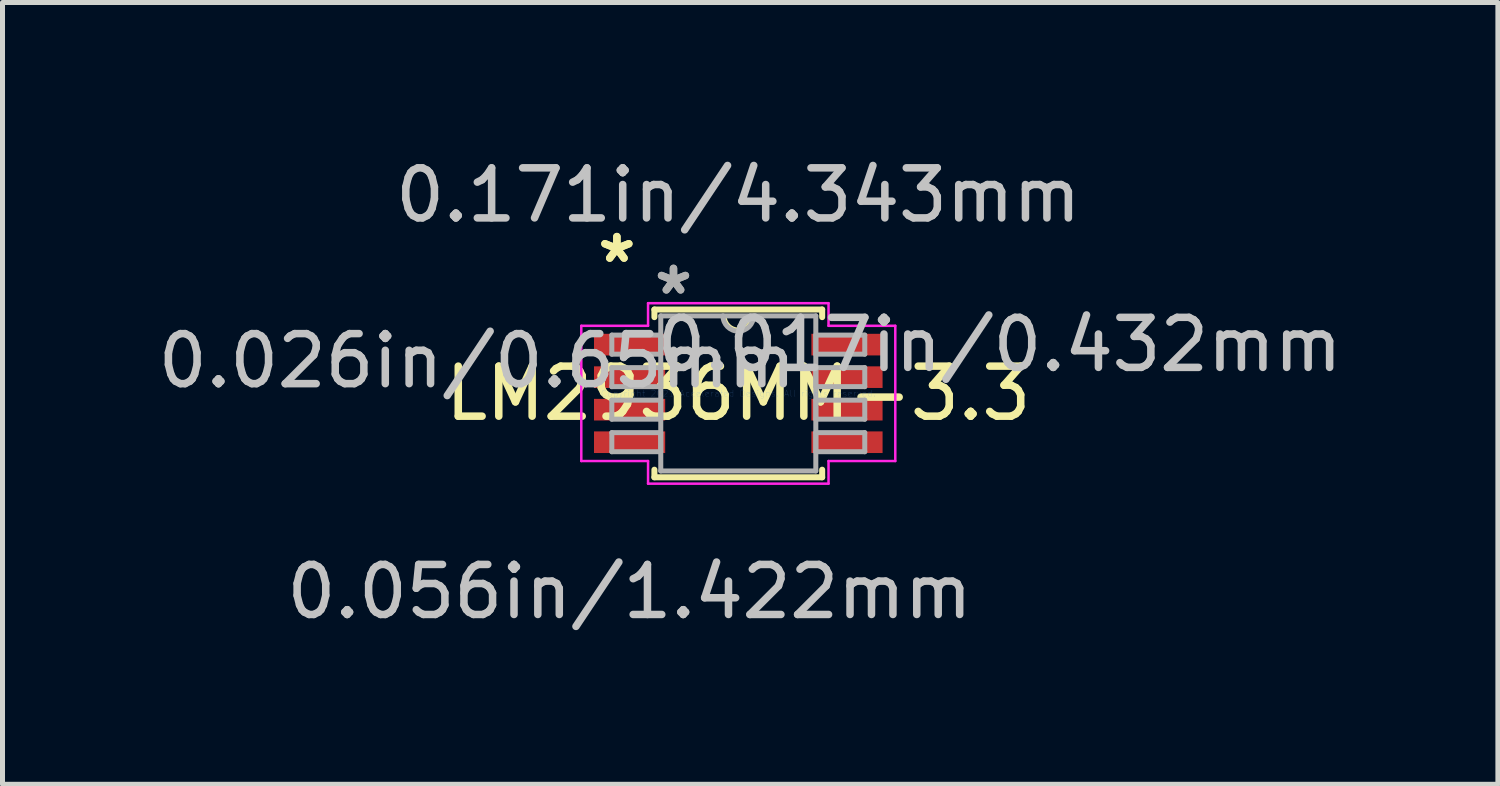
<source format=kicad_pcb>
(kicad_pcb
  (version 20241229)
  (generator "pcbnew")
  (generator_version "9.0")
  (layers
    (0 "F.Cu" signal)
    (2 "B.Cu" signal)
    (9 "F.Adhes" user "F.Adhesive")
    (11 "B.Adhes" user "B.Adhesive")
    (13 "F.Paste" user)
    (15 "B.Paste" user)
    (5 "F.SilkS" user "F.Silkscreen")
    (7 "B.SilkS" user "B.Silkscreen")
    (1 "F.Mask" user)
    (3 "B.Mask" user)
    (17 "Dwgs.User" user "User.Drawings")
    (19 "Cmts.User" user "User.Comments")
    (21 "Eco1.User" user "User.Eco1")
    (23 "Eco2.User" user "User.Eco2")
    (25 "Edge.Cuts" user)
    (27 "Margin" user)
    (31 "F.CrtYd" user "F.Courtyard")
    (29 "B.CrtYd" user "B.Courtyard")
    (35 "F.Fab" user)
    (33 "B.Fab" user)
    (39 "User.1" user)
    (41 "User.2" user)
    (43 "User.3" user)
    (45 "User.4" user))
  (footprint "LM2936MM-3.3"
    (layer "F.Cu")
    (at 11.702 4.811)
    (property "Reference" "LM2936MM-3.3" (at 0 0 0) (layer "F.SilkS") (effects (font (size 1 1) (thickness 0.15))))
    (attr through_hole)
    (fp_line (start -1.676 -1.676) (end -1.676 -1.524) (stroke (width 0.12) (type solid)) (layer "F.SilkS"))
    (fp_line (start -1.676 1.524) (end -1.676 1.676) (stroke (width 0.12) (type solid)) (layer "F.SilkS"))
    (fp_line (start -1.676 1.676) (end 1.676 1.676) (stroke (width 0.12) (type solid)) (layer "F.SilkS"))
    (fp_line (start 1.676 -1.676) (end -1.676 -1.676) (stroke (width 0.12) (type solid)) (layer "F.SilkS"))
    (fp_line (start 1.676 -1.524) (end 1.676 -1.676) (stroke (width 0.12) (type solid)) (layer "F.SilkS"))
    (fp_line (start 1.676 1.676) (end 1.676 1.524) (stroke (width 0.12) (type solid)) (layer "F.SilkS"))
    (fp_arc (start 0.258233 -1.5494) (mid 0 -1.291167) (end -0.258233 -1.5494) (stroke (width 0.05) (type solid)) (layer "F.SilkS"))
    (fp_line (start -3.137 -1.351) (end -1.803 -1.351) (stroke (width 0.05) (type solid)) (layer "F.CrtYd"))
    (fp_line (start -3.137 1.351) (end -3.137 -1.351) (stroke (width 0.05) (type solid)) (layer "F.CrtYd"))
    (fp_line (start -1.803 -1.803) (end 1.803 -1.803) (stroke (width 0.05) (type solid)) (layer "F.CrtYd"))
    (fp_line (start -1.803 -1.351) (end -1.803 -1.803) (stroke (width 0.05) (type solid)) (layer "F.CrtYd"))
    (fp_line (start -1.803 1.351) (end -3.137 1.351) (stroke (width 0.05) (type solid)) (layer "F.CrtYd"))
    (fp_line (start -1.803 1.803) (end -1.803 1.351) (stroke (width 0.05) (type solid)) (layer "F.CrtYd"))
    (fp_line (start 1.803 -1.803) (end 1.803 -1.351) (stroke (width 0.05) (type solid)) (layer "F.CrtYd"))
    (fp_line (start 1.803 -1.351) (end 3.137 -1.351) (stroke (width 0.05) (type solid)) (layer "F.CrtYd"))
    (fp_line (start 1.803 1.351) (end 1.803 1.803) (stroke (width 0.05) (type solid)) (layer "F.CrtYd"))
    (fp_line (start 1.803 1.803) (end -1.803 1.803) (stroke (width 0.05) (type solid)) (layer "F.CrtYd"))
    (fp_line (start 3.137 -1.351) (end 3.137 1.351) (stroke (width 0.05) (type solid)) (layer "F.CrtYd"))
    (fp_line (start 3.137 1.351) (end 1.803 1.351) (stroke (width 0.05) (type solid)) (layer "F.CrtYd"))
    (fp_line (start -2.527 -1.165) (end -2.527 -0.784) (stroke (width 0.1) (type solid)) (layer "F.Fab"))
    (fp_line (start -2.527 -0.784) (end -1.549 -0.784) (stroke (width 0.1) (type solid)) (layer "F.Fab"))
    (fp_line (start -2.527 -0.515) (end -2.527 -0.135) (stroke (width 0.1) (type solid)) (layer "F.Fab"))
    (fp_line (start -2.527 -0.135) (end -1.549 -0.135) (stroke (width 0.1) (type solid)) (layer "F.Fab"))
    (fp_line (start -2.527 0.135) (end -2.527 0.515) (stroke (width 0.1) (type solid)) (layer "F.Fab"))
    (fp_line (start -2.527 0.515) (end -1.549 0.515) (stroke (width 0.1) (type solid)) (layer "F.Fab"))
    (fp_line (start -2.527 0.784) (end -2.527 1.165) (stroke (width 0.1) (type solid)) (layer "F.Fab"))
    (fp_line (start -2.527 1.165) (end -1.549 1.165) (stroke (width 0.1) (type solid)) (layer "F.Fab"))
    (fp_line (start -1.549 -1.549) (end -1.549 1.549) (stroke (width 0.1) (type solid)) (layer "F.Fab"))
    (fp_line (start -1.549 -1.165) (end -2.527 -1.165) (stroke (width 0.1) (type solid)) (layer "F.Fab"))
    (fp_line (start -1.549 -0.784) (end -1.549 -1.165) (stroke (width 0.1) (type solid)) (layer "F.Fab"))
    (fp_line (start -1.549 -0.515) (end -2.527 -0.515) (stroke (width 0.1) (type solid)) (layer "F.Fab"))
    (fp_line (start -1.549 -0.135) (end -1.549 -0.515) (stroke (width 0.1) (type solid)) (layer "F.Fab"))
    (fp_line (start -1.549 0.135) (end -2.527 0.135) (stroke (width 0.1) (type solid)) (layer "F.Fab"))
    (fp_line (start -1.549 0.515) (end -1.549 0.135) (stroke (width 0.1) (type solid)) (layer "F.Fab"))
    (fp_line (start -1.549 0.784) (end -2.527 0.784) (stroke (width 0.1) (type solid)) (layer "F.Fab"))
    (fp_line (start -1.549 1.165) (end -1.549 0.784) (stroke (width 0.1) (type solid)) (layer "F.Fab"))
    (fp_line (start -1.549 1.549) (end 1.549 1.549) (stroke (width 0.1) (type solid)) (layer "F.Fab"))
    (fp_line (start 1.549 -1.549) (end -1.549 -1.549) (stroke (width 0.1) (type solid)) (layer "F.Fab"))
    (fp_line (start 1.549 -1.165) (end 1.549 -0.784) (stroke (width 0.1) (type solid)) (layer "F.Fab"))
    (fp_line (start 1.549 -0.784) (end 2.527 -0.784) (stroke (width 0.1) (type solid)) (layer "F.Fab"))
    (fp_line (start 1.549 -0.515) (end 1.549 -0.135) (stroke (width 0.1) (type solid)) (layer "F.Fab"))
    (fp_line (start 1.549 -0.135) (end 2.527 -0.135) (stroke (width 0.1) (type solid)) (layer "F.Fab"))
    (fp_line (start 1.549 0.135) (end 1.549 0.515) (stroke (width 0.1) (type solid)) (layer "F.Fab"))
    (fp_line (start 1.549 0.515) (end 2.527 0.515) (stroke (width 0.1) (type solid)) (layer "F.Fab"))
    (fp_line (start 1.549 0.784) (end 1.549 1.165) (stroke (width 0.1) (type solid)) (layer "F.Fab"))
    (fp_line (start 1.549 1.165) (end 2.527 1.165) (stroke (width 0.1) (type solid)) (layer "F.Fab"))
    (fp_line (start 1.549 1.549) (end 1.549 -1.549) (stroke (width 0.1) (type solid)) (layer "F.Fab"))
    (fp_line (start 2.527 -1.165) (end 1.549 -1.165) (stroke (width 0.1) (type solid)) (layer "F.Fab"))
    (fp_line (start 2.527 -0.784) (end 2.527 -1.165) (stroke (width 0.1) (type solid)) (layer "F.Fab"))
    (fp_line (start 2.527 -0.515) (end 1.549 -0.515) (stroke (width 0.1) (type solid)) (layer "F.Fab"))
    (fp_line (start 2.527 -0.135) (end 2.527 -0.515) (stroke (width 0.1) (type solid)) (layer "F.Fab"))
    (fp_line (start 2.527 0.135) (end 1.549 0.135) (stroke (width 0.1) (type solid)) (layer "F.Fab"))
    (fp_line (start 2.527 0.515) (end 2.527 0.135) (stroke (width 0.1) (type solid)) (layer "F.Fab"))
    (fp_line (start 2.527 0.784) (end 1.549 0.784) (stroke (width 0.1) (type solid)) (layer "F.Fab"))
    (fp_line (start 2.527 1.165) (end 2.527 0.784) (stroke (width 0.1) (type solid)) (layer "F.Fab"))
    (fp_arc (start 0.3048 -1.5494) (mid 0 -1.2446) (end -0.3048 -1.5494) (stroke (width 0.1) (type solid)) (layer "F.Fab"))
    (fp_text user "*" (at -2.426 -2.588 0) (layer "F.SilkS") (effects (font (size 1 1) (thickness 0.15))))
    (fp_text user "*" (at -2.426 -2.588 0) (layer "F.SilkS") (effects (font (size 1 1) (thickness 0.15))))
    (fp_text user "0.017in/0.432mm" (at 5.22 -0.975 0) (layer "Dwgs.User") (effects (font (size 1 1) (thickness 0.15))))
    (fp_text user "0.171in/4.343mm" (at 0 -3.962 0) (layer "Dwgs.User") (effects (font (size 1 1) (thickness 0.15))))
    (fp_text user "0.056in/1.422mm" (at -2.172 3.962 0) (layer "Dwgs.User") (effects (font (size 1 1) (thickness 0.15))))
    (fp_text user "0.026in/0.65mm" (at -5.22 -0.65 0) (layer "Dwgs.User") (effects (font (size 1 1) (thickness 0.15))))
    (fp_text user "Copyright 2021 Accelerated Designs. All rights reserved." (at 0 0 0) (layer "Cmts.User") (effects (font (size 0.127 0.127) (thickness 0.002))))
    (fp_text user "*" (at -1.295 -1.953 0) (layer "F.Fab") (effects (font (size 1 1) (thickness 0.15))))
    (fp_text user "*" (at -1.295 -1.953 0) (layer "F.Fab") (effects (font (size 1 1) (thickness 0.15))))
    (pad "1" smd rect (at -2.172 -0.975) (size 1.422 0.432) (layers "F.Cu" "F.Mask" "F.Paste"))
    (pad "2" smd rect (at -2.172 -0.325) (size 1.422 0.432) (layers "F.Cu" "F.Mask" "F.Paste"))
    (pad "3" smd rect (at -2.172 0.325) (size 1.422 0.432) (layers "F.Cu" "F.Mask" "F.Paste"))
    (pad "4" smd rect (at -2.172 0.975) (size 1.422 0.432) (layers "F.Cu" "F.Mask" "F.Paste"))
    (pad "5" smd rect (at 2.172 0.975) (size 1.422 0.432) (layers "F.Cu" "F.Mask" "F.Paste"))
    (pad "6" smd rect (at 2.172 0.325) (size 1.422 0.432) (layers "F.Cu" "F.Mask" "F.Paste"))
    (pad "7" smd rect (at 2.172 -0.325) (size 1.422 0.432) (layers "F.Cu" "F.Mask" "F.Paste"))
    (pad "8" smd rect (at 2.172 -0.975) (size 1.422 0.432) (layers "F.Cu" "F.Mask" "F.Paste")))
  (gr_rect
    (start -3 -3)
    (end 26.88 12.621)
    (stroke (width 0.1) (type default))
    (fill no)
    (layer "Edge.Cuts")))
</source>
